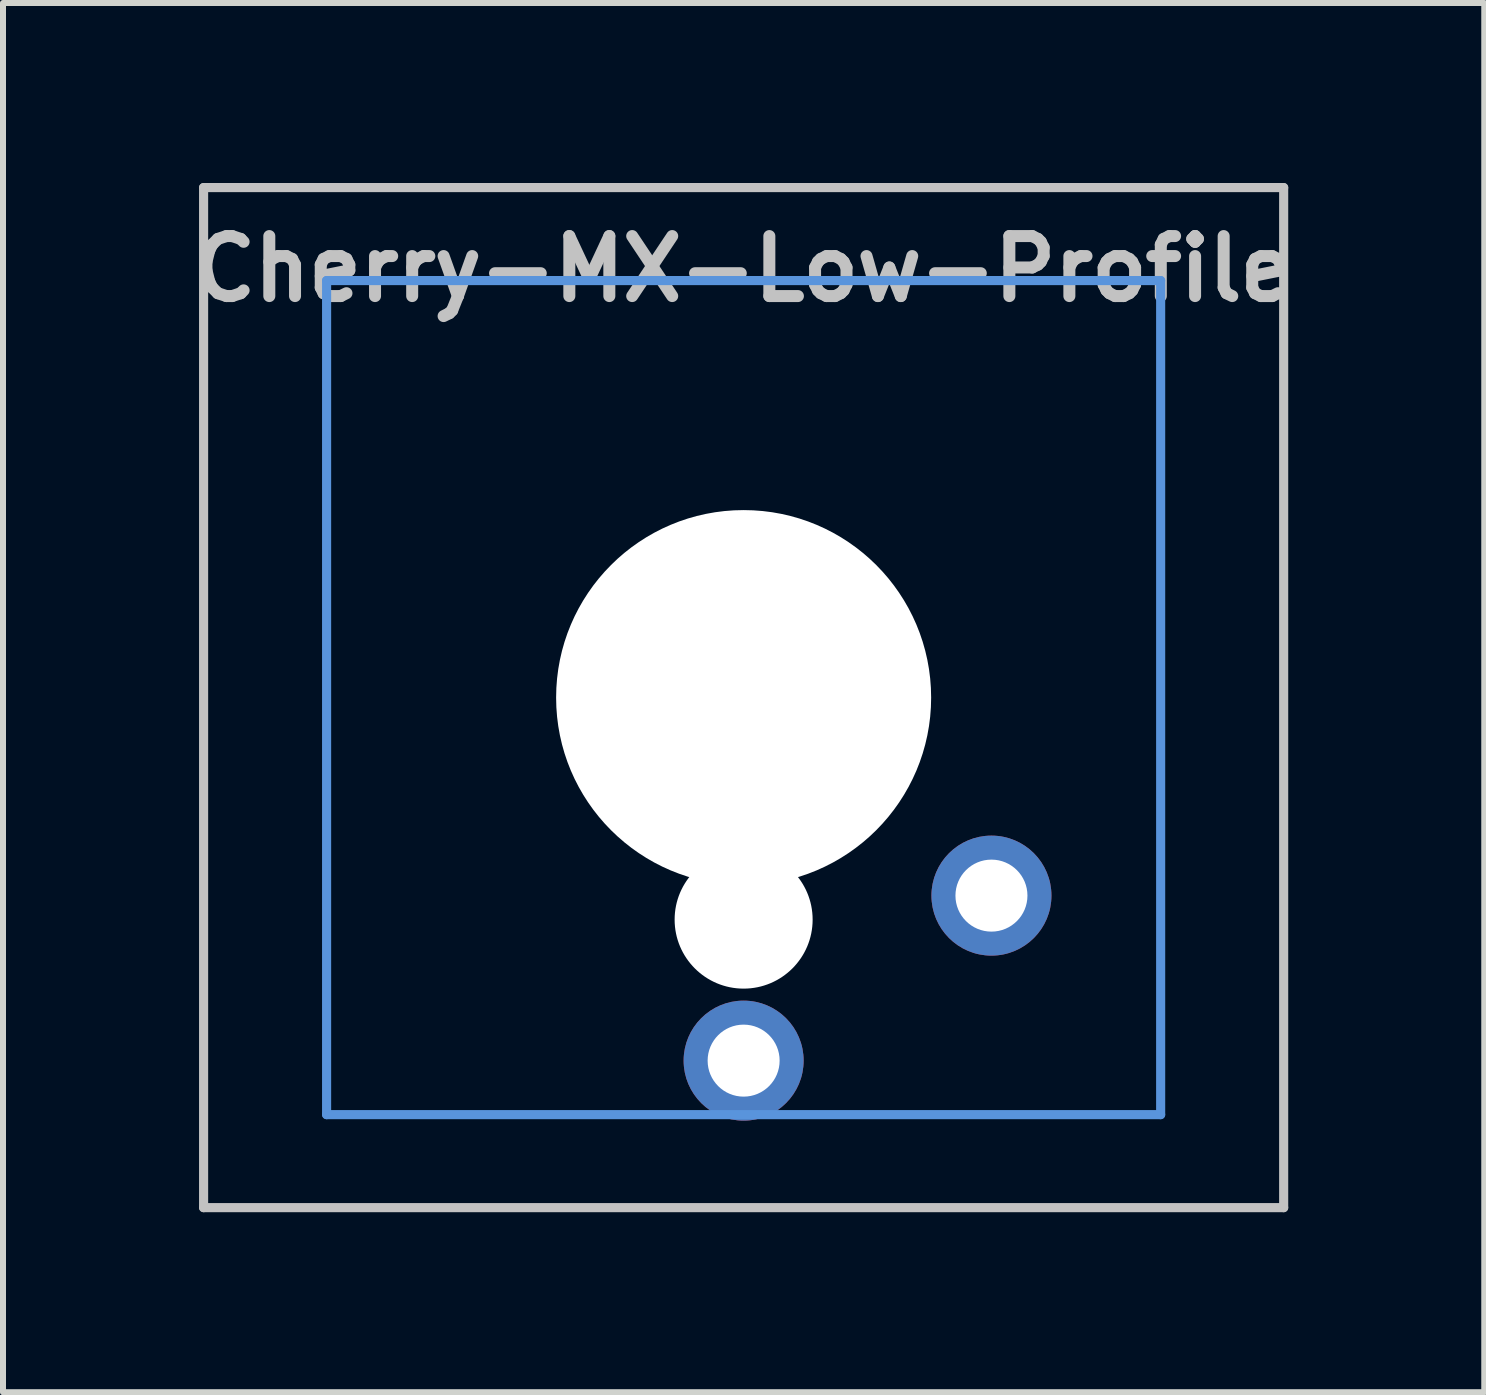
<source format=kicad_pcb>
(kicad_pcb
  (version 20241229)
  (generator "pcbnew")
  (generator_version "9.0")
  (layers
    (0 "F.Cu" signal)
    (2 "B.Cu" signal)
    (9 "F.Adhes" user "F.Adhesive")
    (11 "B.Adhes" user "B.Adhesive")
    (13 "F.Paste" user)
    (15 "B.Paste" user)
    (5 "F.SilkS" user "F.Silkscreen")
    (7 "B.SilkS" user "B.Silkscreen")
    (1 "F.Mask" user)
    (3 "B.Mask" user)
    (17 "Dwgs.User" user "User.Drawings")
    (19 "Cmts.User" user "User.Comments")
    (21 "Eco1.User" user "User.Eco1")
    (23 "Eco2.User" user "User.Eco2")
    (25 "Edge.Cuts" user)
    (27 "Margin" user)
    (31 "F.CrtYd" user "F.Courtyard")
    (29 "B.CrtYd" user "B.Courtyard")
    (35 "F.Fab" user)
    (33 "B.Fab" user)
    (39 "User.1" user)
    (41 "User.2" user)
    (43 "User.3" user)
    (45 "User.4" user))
  (footprint "Cherry-MX-Low-Profile"
    (layer "F.Cu")
    (at 9.343 8.576)
    (property "Reference" "Cherry-MX-Low-Profile" (at 0 -7.144 180) (layer "Dwgs.User") (effects (font (size 1 1) (thickness 0.2))))
    (attr through_hole)
    (fp_line (start -9 -8.5) (end 9 -8.5) (stroke (width 0.152) (type solid)) (layer "Dwgs.User"))
    (fp_line (start -9 8.5) (end -9 -8.5) (stroke (width 0.152) (type solid)) (layer "Dwgs.User"))
    (fp_line (start 9 -8.5) (end 9 8.5) (stroke (width 0.152) (type solid)) (layer "Dwgs.User"))
    (fp_line (start 9 8.5) (end -9 8.5) (stroke (width 0.152) (type solid)) (layer "Dwgs.User"))
    (fp_line (start -6.95 -6.95) (end 6.95 -6.95) (stroke (width 0.152) (type solid)) (layer "Cmts.User"))
    (fp_line (start -6.95 6.95) (end -6.95 -6.95) (stroke (width 0.152) (type solid)) (layer "Cmts.User"))
    (fp_line (start 6.95 -6.95) (end 6.95 6.95) (stroke (width 0.152) (type solid)) (layer "Cmts.User"))
    (fp_line (start 6.95 6.95) (end -6.95 6.95) (stroke (width 0.152) (type solid)) (layer "Cmts.User"))
    (fp_line (start -7.5 -7.5) (end 7.5 -7.5) (stroke (width 0.152) (type solid)) (layer "Eco2.User"))
    (fp_line (start -7.5 7.5) (end -7.5 -7.5) (stroke (width 0.152) (type solid)) (layer "Eco2.User"))
    (fp_line (start 7.5 -7.5) (end 7.5 7.5) (stroke (width 0.152) (type solid)) (layer "Eco2.User"))
    (fp_line (start 7.5 7.5) (end -7.5 7.5) (stroke (width 0.152) (type solid)) (layer "Eco2.User"))
    (pad "" np_thru_hole circle (at 0 0 180) (size 6.25 6.25) (drill 6.25) (layers "*.Cu" "*.Mask"))
    (pad "" np_thru_hole circle (at 0 3.7 180) (size 2.3 2.3) (drill 2.3) (layers "*.Cu" "*.Mask"))
    (pad "1" thru_hole circle (at 0 6.05 180) (size 2 2) (drill 1.2) (layers "*.Cu" "*.Mask"))
    (pad "2" thru_hole circle (at 4.13 3.3 41.9) (size 2 2) (drill 1.2) (layers "*.Cu" "*.Mask")))
  (gr_rect
    (start -3 -3)
    (end 21.686 20.152)
    (stroke (width 0.1) (type default))
    (fill no)
    (layer "Edge.Cuts")))
</source>
